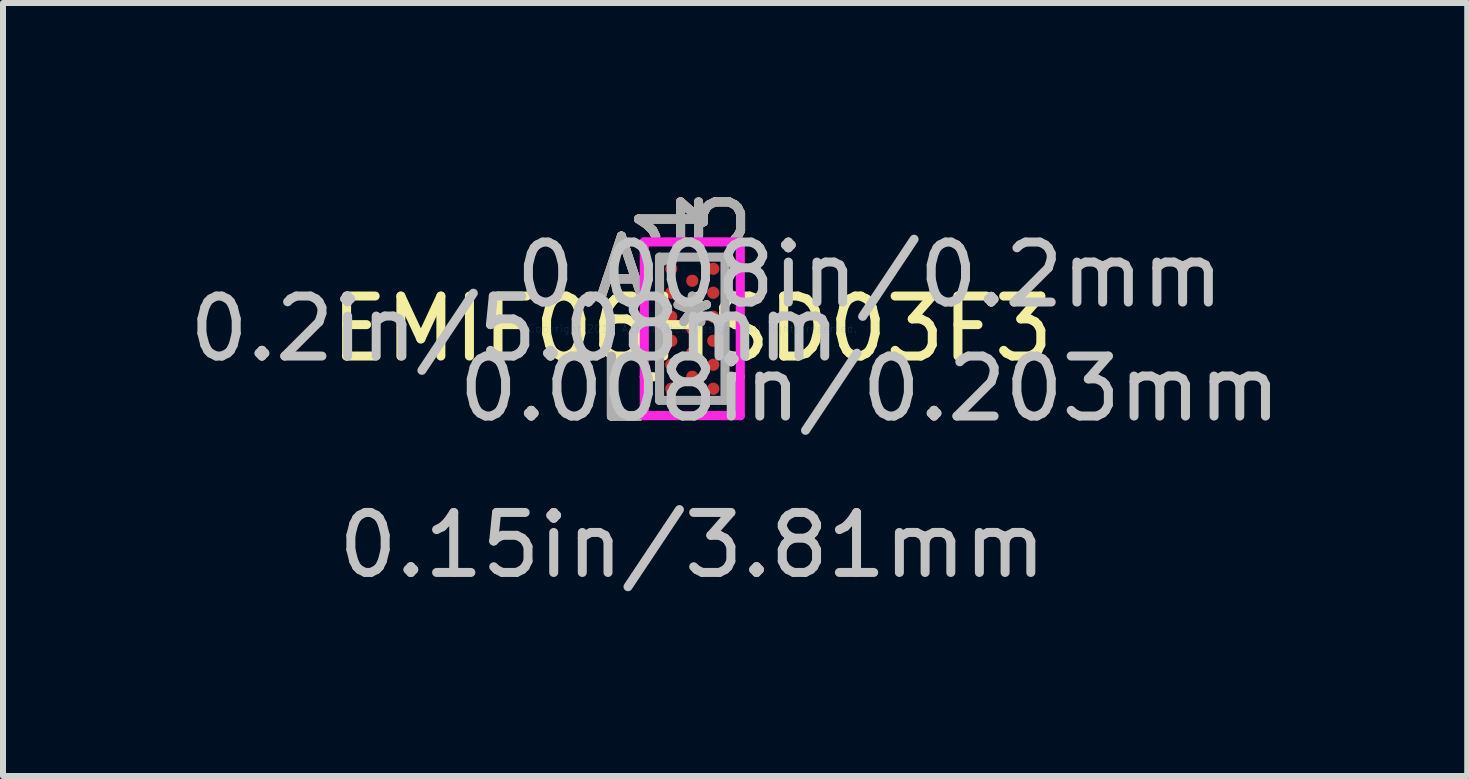
<source format=kicad_pcb>
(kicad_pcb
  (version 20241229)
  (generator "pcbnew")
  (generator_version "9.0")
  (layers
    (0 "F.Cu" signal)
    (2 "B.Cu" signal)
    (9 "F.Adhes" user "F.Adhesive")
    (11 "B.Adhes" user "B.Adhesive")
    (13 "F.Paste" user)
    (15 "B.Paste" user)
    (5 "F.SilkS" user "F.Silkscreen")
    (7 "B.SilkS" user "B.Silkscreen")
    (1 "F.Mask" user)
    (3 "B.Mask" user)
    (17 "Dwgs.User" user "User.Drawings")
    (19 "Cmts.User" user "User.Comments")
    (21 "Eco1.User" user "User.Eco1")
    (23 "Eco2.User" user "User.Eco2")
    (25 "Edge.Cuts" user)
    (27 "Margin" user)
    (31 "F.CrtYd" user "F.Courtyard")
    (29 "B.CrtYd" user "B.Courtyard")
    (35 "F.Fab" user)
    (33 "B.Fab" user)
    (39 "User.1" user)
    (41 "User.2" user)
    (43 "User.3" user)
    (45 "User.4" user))
  (footprint "EMIF06HSD03F3"
    (layer "F.Cu")
    (at 8.489 2.43)
    (property "Reference" "EMIF06HSD03F3" (at 0 0 0) (layer "F.SilkS") (effects (font (size 1 1) (thickness 0.15))))
    (attr through_hole)
    (fp_line (start -0.647 0.8) (end -0.8 0.8) (stroke (width 0.152) (type solid)) (layer "F.SilkS"))
    (fp_line (start 0.647 0.8) (end 0.8 0.8) (stroke (width 0.152) (type solid)) (layer "F.SilkS"))
    (fp_line (start -0.8 -1.448) (end 0.8 -1.448) (stroke (width 0.152) (type solid)) (layer "F.CrtYd"))
    (fp_line (start -0.8 1.448) (end -0.8 -1.448) (stroke (width 0.152) (type solid)) (layer "F.CrtYd"))
    (fp_line (start 0.8 -1.448) (end 0.8 1.448) (stroke (width 0.152) (type solid)) (layer "F.CrtYd"))
    (fp_line (start 0.8 1.448) (end -0.8 1.448) (stroke (width 0.152) (type solid)) (layer "F.CrtYd"))
    (fp_line (start -0.546 -1.194) (end -0.546 1.194) (stroke (width 0.152) (type solid)) (layer "F.Fab"))
    (fp_line (start -0.546 1.194) (end 0.546 1.194) (stroke (width 0.152) (type solid)) (layer "F.Fab"))
    (fp_line (start -0.371 -1.194) (end -0.546 -1.094) (stroke (width 0.152) (type solid)) (layer "F.Fab"))
    (fp_line (start 0.546 -1.194) (end -0.546 -1.194) (stroke (width 0.152) (type solid)) (layer "F.Fab"))
    (fp_line (start 0.546 1.194) (end 0.546 -1.194) (stroke (width 0.152) (type solid)) (layer "F.Fab"))
    (fp_text user "*" (at 0 0 0) (layer "F.SilkS") (effects (font (size 1 1) (thickness 0.15))))
    (fp_text user "3" (at 0.35 -1.829 90) (layer "F.SilkS") (effects (font (size 1 1) (thickness 0.15))))
    (fp_text user "1" (at -0.35 -1.829 90) (layer "F.SilkS") (effects (font (size 1 1) (thickness 0.15))))
    (fp_text user "A" (at -1.181 -1 0) (layer "F.SilkS") (effects (font (size 1 1) (thickness 0.15))))
    (fp_text user "L" (at -1.181 1 0) (layer "F.SilkS") (effects (font (size 1 1) (thickness 0.15))))
    (fp_text user "3" (at 0.35 -1.829 90) (layer "B.SilkS") (effects (font (size 1 1) (thickness 0.15))))
    (fp_text user "A" (at -1.181 -1 0) (layer "B.SilkS") (effects (font (size 1 1) (thickness 0.15))))
    (fp_text user "L" (at -1.181 1 0) (layer "B.SilkS") (effects (font (size 1 1) (thickness 0.15))))
    (fp_text user "1" (at -0.35 -1.829 90) (layer "B.SilkS") (effects (font (size 1 1) (thickness 0.15))))
    (fp_text user "0.008in/0.2mm" (at 2.959 -0.9 0) (layer "Dwgs.User") (effects (font (size 1 1) (thickness 0.15))))
    (fp_text user "0.15in/3.81mm" (at 0 3.607 0) (layer "Dwgs.User") (effects (font (size 1 1) (thickness 0.15))))
    (fp_text user "0.008in/0.203mm" (at 2.959 1 0) (layer "Dwgs.User") (effects (font (size 1 1) (thickness 0.15))))
    (fp_text user "0.2in/5.08mm" (at -2.959 0 0) (layer "Dwgs.User") (effects (font (size 1 1) (thickness 0.15))))
    (fp_text user "Copyright 2016 Accelerated Designs. All rights reserved." (at 0 0 0) (layer "Cmts.User") (effects (font (size 0.127 0.127) (thickness 0.002))))
    (fp_text user "3" (at 0.35 -1.829 90) (layer "F.Fab") (effects (font (size 1 1) (thickness 0.15))))
    (fp_text user "L" (at -1.181 1 0) (layer "F.Fab") (effects (font (size 1 1) (thickness 0.15))))
    (fp_text user "1" (at -0.35 -1.829 90) (layer "F.Fab") (effects (font (size 1 1) (thickness 0.15))))
    (fp_text user "*" (at 0 0 0) (layer "F.Fab") (effects (font (size 1 1) (thickness 0.15))))
    (fp_text user "A" (at -1.181 -1 0) (layer "F.Fab") (effects (font (size 1 1) (thickness 0.15))))
    (pad "A1" smd circle (at -0.35 -1) (size 0.203 0.203) (layers "F.Cu" "F.Mask" "F.Paste"))
    (pad "A3" smd circle (at 0.35 -1) (size 0.203 0.203) (layers "F.Cu" "F.Mask" "F.Paste"))
    (pad "B2" smd circle (at 0 -0.8) (size 0.203 0.203) (layers "F.Cu" "F.Mask" "F.Paste"))
    (pad "C1" smd circle (at -0.35 -0.6) (size 0.203 0.203) (layers "F.Cu" "F.Mask" "F.Paste"))
    (pad "C3" smd circle (at 0.35 -0.6) (size 0.203 0.203) (layers "F.Cu" "F.Mask" "F.Paste"))
    (pad "D2" smd circle (at 0 -0.4) (size 0.203 0.203) (layers "F.Cu" "F.Mask" "F.Paste"))
    (pad "E1" smd circle (at -0.35 -0.2) (size 0.203 0.203) (layers "F.Cu" "F.Mask" "F.Paste"))
    (pad "E3" smd circle (at 0.35 -0.2) (size 0.203 0.203) (layers "F.Cu" "F.Mask" "F.Paste"))
    (pad "F2" smd circle (at 0 0) (size 0.203 0.203) (layers "F.Cu" "F.Mask" "F.Paste"))
    (pad "G1" smd circle (at -0.35 0.2) (size 0.203 0.203) (layers "F.Cu" "F.Mask" "F.Paste"))
    (pad "G3" smd circle (at 0.35 0.2) (size 0.203 0.203) (layers "F.Cu" "F.Mask" "F.Paste"))
    (pad "H2" smd circle (at 0 0.4) (size 0.203 0.203) (layers "F.Cu" "F.Mask" "F.Paste"))
    (pad "J1" smd circle (at -0.35 0.6) (size 0.203 0.203) (layers "F.Cu" "F.Mask" "F.Paste"))
    (pad "J3" smd circle (at 0.35 0.6) (size 0.203 0.203) (layers "F.Cu" "F.Mask" "F.Paste"))
    (pad "K2" smd circle (at 0 0.8) (size 0.203 0.203) (layers "F.Cu" "F.Mask" "F.Paste"))
    (pad "L1" smd circle (at -0.35 1) (size 0.203 0.203) (layers "F.Cu" "F.Mask" "F.Paste"))
    (pad "L3" smd circle (at 0.35 1) (size 0.203 0.203) (layers "F.Cu" "F.Mask" "F.Paste")))
  (gr_rect
    (start -3 -3)
    (end 21.406 9.885)
    (stroke (width 0.1) (type default))
    (fill no)
    (layer "Edge.Cuts")))
</source>
